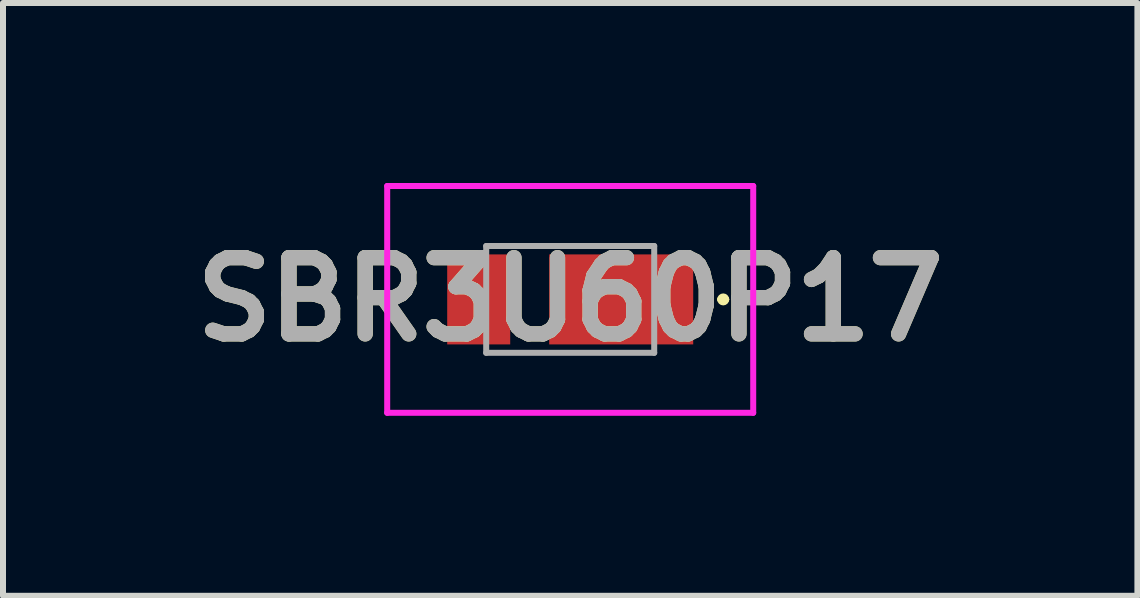
<source format=kicad_pcb>
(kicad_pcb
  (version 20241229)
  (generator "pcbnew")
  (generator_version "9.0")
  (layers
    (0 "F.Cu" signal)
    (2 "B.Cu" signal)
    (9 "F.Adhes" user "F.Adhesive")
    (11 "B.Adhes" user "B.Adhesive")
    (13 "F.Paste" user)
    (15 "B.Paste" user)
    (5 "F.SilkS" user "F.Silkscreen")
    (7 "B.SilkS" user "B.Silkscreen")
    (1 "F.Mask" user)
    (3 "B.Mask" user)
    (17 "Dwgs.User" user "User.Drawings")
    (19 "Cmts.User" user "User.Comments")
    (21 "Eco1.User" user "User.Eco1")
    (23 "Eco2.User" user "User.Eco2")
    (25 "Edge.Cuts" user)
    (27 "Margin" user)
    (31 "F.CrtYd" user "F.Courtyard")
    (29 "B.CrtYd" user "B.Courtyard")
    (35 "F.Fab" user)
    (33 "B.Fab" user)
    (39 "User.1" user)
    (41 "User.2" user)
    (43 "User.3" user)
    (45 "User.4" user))
  (footprint "SBR3U60P17"
    (layer "F.Cu")
    (at 6.453 1.94)
    (property "Reference" "SBR3U60P17" (at 0 0 0) (layer "F.SilkS") (effects (font (size 1.27 1.27) (thickness 0.254))))
    (attr smd)
    (fp_line (start 2.5 0) (end 2.5 0) (stroke (width 0.1) (type solid)) (layer "F.SilkS"))
    (fp_line (start 2.6 0) (end 2.6 0) (stroke (width 0.1) (type solid)) (layer "F.SilkS"))
    (fp_arc (start 2.5 0) (mid 2.55 -0.05) (end 2.6 0) (stroke (width 0.1) (type solid)) (layer "F.SilkS"))
    (fp_arc (start 2.6 0) (mid 2.55 0.05) (end 2.5 0) (stroke (width 0.1) (type solid)) (layer "F.SilkS"))
    (fp_line (start -3.05 -1.89) (end 3.05 -1.89) (stroke (width 0.1) (type solid)) (layer "F.CrtYd"))
    (fp_line (start -3.05 1.89) (end -3.05 -1.89) (stroke (width 0.1) (type solid)) (layer "F.CrtYd"))
    (fp_line (start 3.05 -1.89) (end 3.05 1.89) (stroke (width 0.1) (type solid)) (layer "F.CrtYd"))
    (fp_line (start 3.05 1.89) (end -3.05 1.89) (stroke (width 0.1) (type solid)) (layer "F.CrtYd"))
    (fp_line (start -1.4 -0.89) (end 1.4 -0.89) (stroke (width 0.1) (type solid)) (layer "F.Fab"))
    (fp_line (start -1.4 0.89) (end -1.4 -0.89) (stroke (width 0.1) (type solid)) (layer "F.Fab"))
    (fp_line (start 1.4 -0.89) (end 1.4 0.89) (stroke (width 0.1) (type solid)) (layer "F.Fab"))
    (fp_line (start 1.4 0.89) (end -1.4 0.89) (stroke (width 0.1) (type solid)) (layer "F.Fab"))
    (fp_text user "${REFERENCE}" (at 0 0 0) (layer "F.Fab") (effects (font (size 1.27 1.27) (thickness 0.254))))
    (pad "1" smd rect (at 0.85 0 90) (size 1.5 2.4) (layers "F.Cu" "F.Mask" "F.Paste"))
    (pad "2" smd rect (at -1.525 0) (size 1.05 1.5) (layers "F.Cu" "F.Mask" "F.Paste")))
  (gr_rect
    (start -3 -3)
    (end 15.906 6.88)
    (stroke (width 0.1) (type default))
    (fill no)
    (layer "Edge.Cuts")))
</source>
